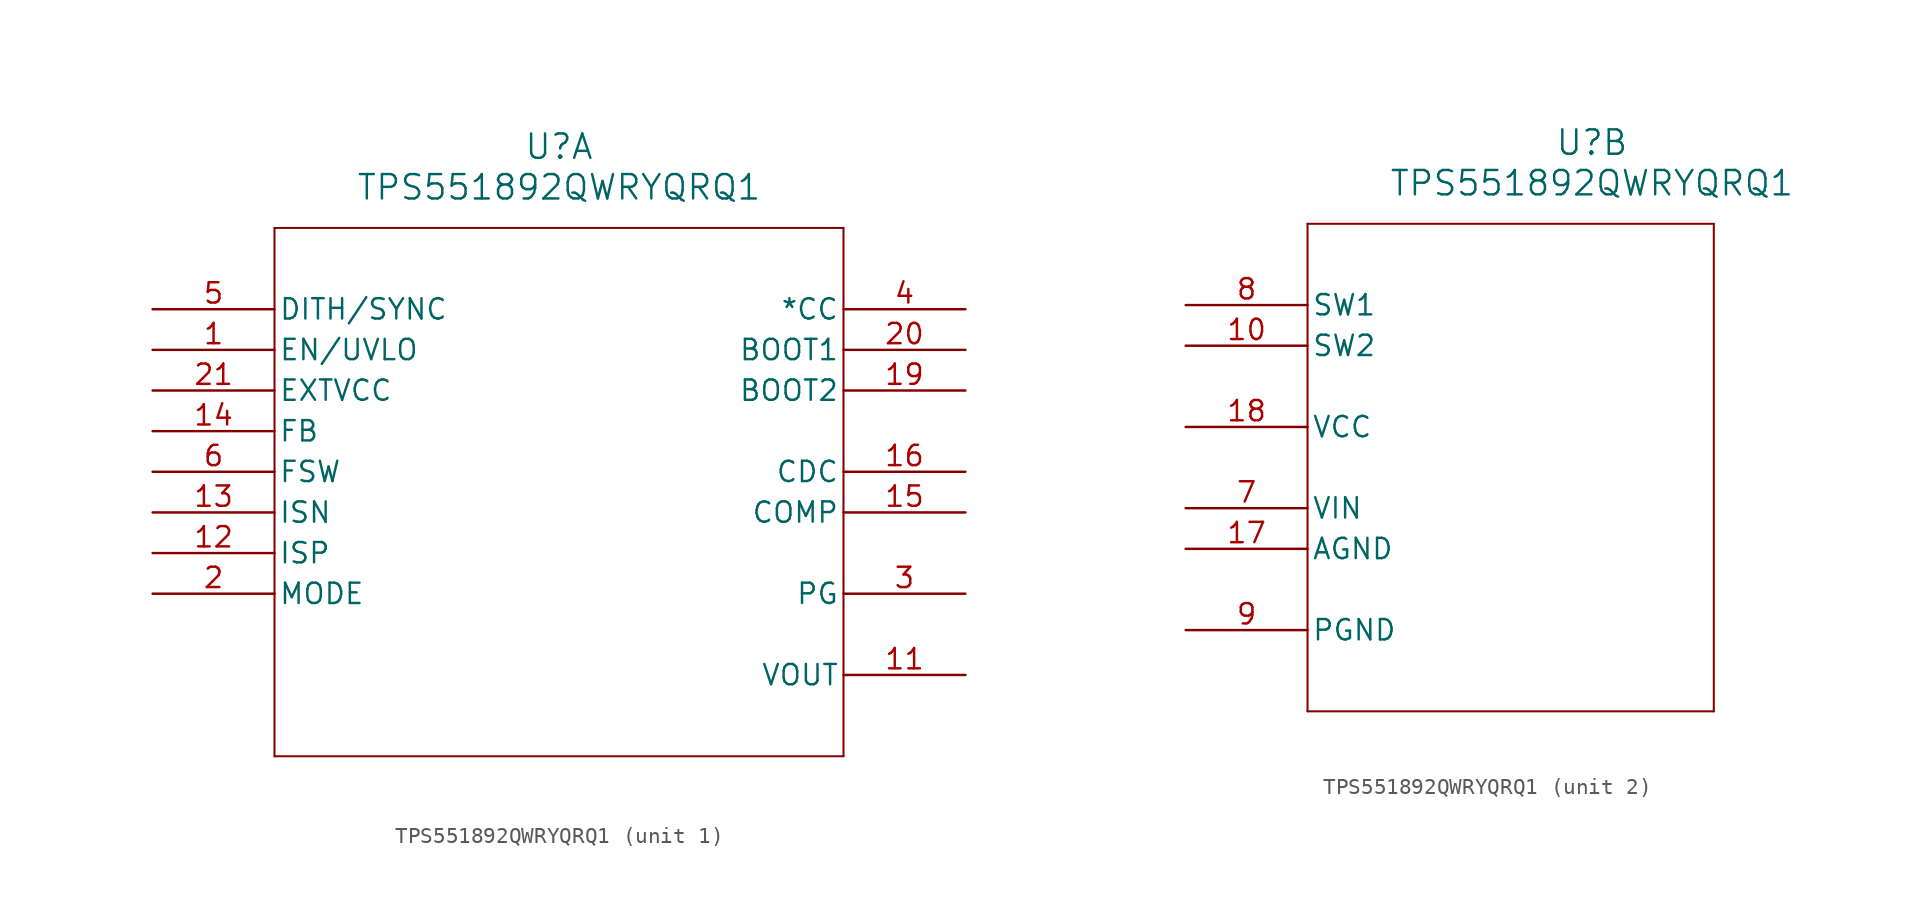
<source format=kicad_sym>
(kicad_symbol_lib
  (version 20211014)
  (generator kicad_symbol_editor)
  (symbol "TPS551892QWRYQRQ1"
    (pin_names
      (offset 0.254))
    (property "Reference" "U"
      (at 25.4 10.16 0)
      (effects (font (size 1.524 1.524))))
    (property "Value" "TPS551892QWRYQRQ1"
      (at 25.4 7.62 0)
      (effects (font (size 1.524 1.524))))
    (symbol "TPS551892QWRYQRQ1_1_1"
      (polyline (pts (xy 7.62 5.08) (xy 7.62 -27.94)) (stroke (width 0.127) (type default) (color 0 0 0 0)) (fill (type none)))
      (polyline (pts (xy 7.62 -27.94) (xy 43.18 -27.94)) (stroke (width 0.127) (type default) (color 0 0 0 0)) (fill (type none)))
      (polyline (pts (xy 43.18 -27.94) (xy 43.18 5.08)) (stroke (width 0.127) (type default) (color 0 0 0 0)) (fill (type none)))
      (polyline (pts (xy 43.18 5.08) (xy 7.62 5.08)) (stroke (width 0.127) (type default) (color 0 0 0 0)) (fill (type none)))
      (pin input line (at 0 -2.54 0) (length 7.62) (name "EN/UVLO" (effects (font (size 1.27 1.27)))) (number "1" (effects (font (size 1.27 1.27)))))
      (pin input line (at 0 -17.78 0) (length 7.62) (name "MODE" (effects (font (size 1.27 1.27)))) (number "2" (effects (font (size 1.27 1.27)))))
      (pin output line (at 50.8 -17.78 180) (length 7.62) (name "PG" (effects (font (size 1.27 1.27)))) (number "3" (effects (font (size 1.27 1.27)))))
      (pin output line (at 50.8 0 180) (length 7.62) (name "*CC" (effects (font (size 1.27 1.27)))) (number "4" (effects (font (size 1.27 1.27)))))
      (pin input line (at 0 0 0) (length 7.62) (name "DITH/SYNC" (effects (font (size 1.27 1.27)))) (number "5" (effects (font (size 1.27 1.27)))))
      (pin input line (at 0 -10.16 0) (length 7.62) (name "FSW" (effects (font (size 1.27 1.27)))) (number "6" (effects (font (size 1.27 1.27)))))
      (pin power_in line (at 50.8 -22.86 180) (length 7.62) (name "VOUT" (effects (font (size 1.27 1.27)))) (number "11" (effects (font (size 1.27 1.27)))))
      (pin input line (at 0 -15.24 0) (length 7.62) (name "ISP" (effects (font (size 1.27 1.27)))) (number "12" (effects (font (size 1.27 1.27)))))
      (pin input line (at 0 -12.7 0) (length 7.62) (name "ISN" (effects (font (size 1.27 1.27)))) (number "13" (effects (font (size 1.27 1.27)))))
      (pin input line (at 0 -7.62 0) (length 7.62) (name "FB" (effects (font (size 1.27 1.27)))) (number "14" (effects (font (size 1.27 1.27)))))
      (pin output line (at 50.8 -12.7 180) (length 7.62) (name "COMP" (effects (font (size 1.27 1.27)))) (number "15" (effects (font (size 1.27 1.27)))))
      (pin output line (at 50.8 -10.16 180) (length 7.62) (name "CDC" (effects (font (size 1.27 1.27)))) (number "16" (effects (font (size 1.27 1.27)))))
      (pin output line (at 50.8 -5.08 180) (length 7.62) (name "BOOT2" (effects (font (size 1.27 1.27)))) (number "19" (effects (font (size 1.27 1.27)))))
      (pin output line (at 50.8 -2.54 180) (length 7.62) (name "BOOT1" (effects (font (size 1.27 1.27)))) (number "20" (effects (font (size 1.27 1.27)))))
      (pin input line (at 0 -5.08 0) (length 7.62) (name "EXTVCC" (effects (font (size 1.27 1.27)))) (number "21" (effects (font (size 1.27 1.27))))))
    (symbol "TPS551892QWRYQRQ1_2_1"
      (polyline (pts (xy 7.62 5.08) (xy 7.62 -25.4)) (stroke (width 0.127) (type default) (color 0 0 0 0)) (fill (type none)))
      (polyline (pts (xy 7.62 -25.4) (xy 33.02 -25.4)) (stroke (width 0.127) (type default) (color 0 0 0 0)) (fill (type none)))
      (polyline (pts (xy 33.02 -25.4) (xy 33.02 5.08)) (stroke (width 0.127) (type default) (color 0 0 0 0)) (fill (type none)))
      (polyline (pts (xy 33.02 5.08) (xy 7.62 5.08)) (stroke (width 0.127) (type default) (color 0 0 0 0)) (fill (type none)))
      (pin power_in line (at 0 -12.7 0) (length 7.62) (name "VIN" (effects (font (size 1.27 1.27)))) (number "7" (effects (font (size 1.27 1.27)))))
      (pin power_in line (at 0 0 0) (length 7.62) (name "SW1" (effects (font (size 1.27 1.27)))) (number "8" (effects (font (size 1.27 1.27)))))
      (pin power_in line (at 0 -20.32 0) (length 7.62) (name "PGND" (effects (font (size 1.27 1.27)))) (number "9" (effects (font (size 1.27 1.27)))))
      (pin power_in line (at 0 -2.54 0) (length 7.62) (name "SW2" (effects (font (size 1.27 1.27)))) (number "10" (effects (font (size 1.27 1.27)))))
      (pin power_out line (at 0 -15.24 0) (length 7.62) (name "AGND" (effects (font (size 1.27 1.27)))) (number "17" (effects (font (size 1.27 1.27)))))
      (pin output line (at 0 -7.62 0) (length 7.62) (name "VCC" (effects (font (size 1.27 1.27)))) (number "18" (effects (font (size 1.27 1.27))))))))
</source>
